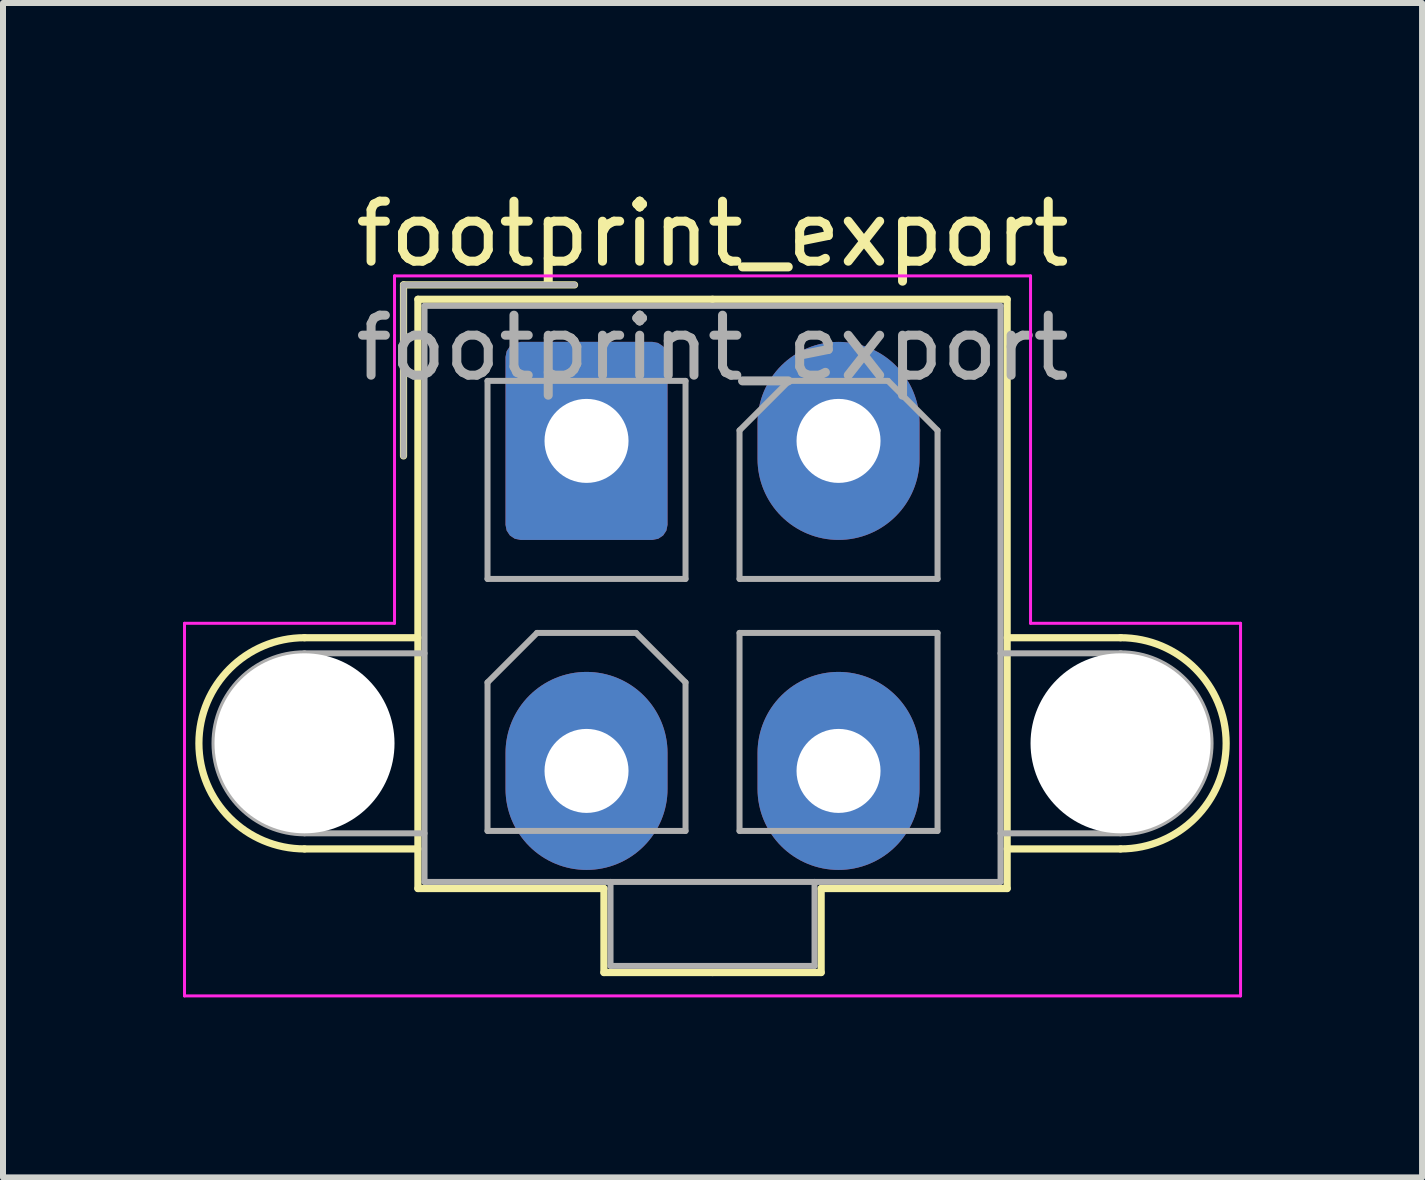
<source format=kicad_pcb>
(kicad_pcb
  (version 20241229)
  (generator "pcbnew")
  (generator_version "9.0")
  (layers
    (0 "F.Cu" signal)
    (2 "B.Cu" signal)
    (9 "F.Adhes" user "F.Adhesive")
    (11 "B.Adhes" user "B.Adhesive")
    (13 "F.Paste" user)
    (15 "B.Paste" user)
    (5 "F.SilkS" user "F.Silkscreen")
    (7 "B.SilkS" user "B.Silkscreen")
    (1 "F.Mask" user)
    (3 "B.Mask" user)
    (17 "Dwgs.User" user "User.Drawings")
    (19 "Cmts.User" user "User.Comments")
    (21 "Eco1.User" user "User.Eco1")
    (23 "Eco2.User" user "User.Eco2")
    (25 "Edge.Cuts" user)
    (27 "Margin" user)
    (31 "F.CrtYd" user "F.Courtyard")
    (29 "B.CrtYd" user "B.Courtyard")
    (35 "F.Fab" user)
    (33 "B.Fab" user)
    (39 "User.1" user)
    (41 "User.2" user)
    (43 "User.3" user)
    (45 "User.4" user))
  (footprint "footprint_export"
    (layer "F.Cu")
    (at 6.725 4.298)
    (property "Reference" "footprint_export" (at 2.1 -3.45 0) (layer "F.SilkS") (effects (font (size 1 1) (thickness 0.15))))
    (attr through_hole)
    (fp_line (start -4.7 3.28) (end -2.81 3.28) (stroke (width 0.12) (type solid)) (layer "F.SilkS"))
    (fp_line (start -4.7 6.8) (end -2.81 6.8) (stroke (width 0.12) (type solid)) (layer "F.SilkS"))
    (fp_line (start -3.05 -2.6) (end -3.05 0.25) (stroke (width 0.12) (type solid)) (layer "F.SilkS"))
    (fp_line (start -2.81 -2.36) (end -2.81 7.46) (stroke (width 0.12) (type solid)) (layer "F.SilkS"))
    (fp_line (start -2.81 7.46) (end 0.29 7.46) (stroke (width 0.12) (type solid)) (layer "F.SilkS"))
    (fp_line (start -0.2 -2.6) (end -3.05 -2.6) (stroke (width 0.12) (type solid)) (layer "F.SilkS"))
    (fp_line (start 0.29 7.46) (end 0.29 8.86) (stroke (width 0.12) (type solid)) (layer "F.SilkS"))
    (fp_line (start 0.29 8.86) (end 2.1 8.86) (stroke (width 0.12) (type solid)) (layer "F.SilkS"))
    (fp_line (start 2.1 -2.36) (end -2.81 -2.36) (stroke (width 0.12) (type solid)) (layer "F.SilkS"))
    (fp_line (start 2.1 -2.36) (end 7.01 -2.36) (stroke (width 0.12) (type solid)) (layer "F.SilkS"))
    (fp_line (start 3.91 7.46) (end 3.91 8.86) (stroke (width 0.12) (type solid)) (layer "F.SilkS"))
    (fp_line (start 3.91 8.86) (end 2.1 8.86) (stroke (width 0.12) (type solid)) (layer "F.SilkS"))
    (fp_line (start 7.01 -2.36) (end 7.01 7.46) (stroke (width 0.12) (type solid)) (layer "F.SilkS"))
    (fp_line (start 7.01 7.46) (end 3.91 7.46) (stroke (width 0.12) (type solid)) (layer "F.SilkS"))
    (fp_line (start 8.9 3.28) (end 7.01 3.28) (stroke (width 0.12) (type solid)) (layer "F.SilkS"))
    (fp_line (start 8.9 6.8) (end 7.01 6.8) (stroke (width 0.12) (type solid)) (layer "F.SilkS"))
    (fp_arc (start -4.7 6.8) (mid -6.46 5.04) (end -4.7 3.28) (stroke (width 0.12) (type solid)) (layer "F.SilkS"))
    (fp_arc (start 8.9 3.28) (mid 10.66 5.04) (end 8.9 6.8) (stroke (width 0.12) (type solid)) (layer "F.SilkS"))
    (fp_line (start -6.7 3.04) (end -6.7 9.25) (stroke (width 0.05) (type solid)) (layer "F.CrtYd"))
    (fp_line (start -6.7 9.25) (end 10.9 9.25) (stroke (width 0.05) (type solid)) (layer "F.CrtYd"))
    (fp_line (start -3.2 -2.75) (end -3.2 3.04) (stroke (width 0.05) (type solid)) (layer "F.CrtYd"))
    (fp_line (start -3.2 3.04) (end -6.7 3.04) (stroke (width 0.05) (type solid)) (layer "F.CrtYd"))
    (fp_line (start 7.4 -2.75) (end -3.2 -2.75) (stroke (width 0.05) (type solid)) (layer "F.CrtYd"))
    (fp_line (start 7.4 3.04) (end 7.4 -2.75) (stroke (width 0.05) (type solid)) (layer "F.CrtYd"))
    (fp_line (start 10.9 3.04) (end 7.4 3.04) (stroke (width 0.05) (type solid)) (layer "F.CrtYd"))
    (fp_line (start 10.9 9.25) (end 10.9 3.04) (stroke (width 0.05) (type solid)) (layer "F.CrtYd"))
    (fp_line (start -4.7 3.54) (end -2.7 3.54) (stroke (width 0.1) (type solid)) (layer "F.Fab"))
    (fp_line (start -4.7 6.54) (end -2.7 6.54) (stroke (width 0.1) (type solid)) (layer "F.Fab"))
    (fp_line (start -3.05 -2.6) (end -3.05 0.25) (stroke (width 0.1) (type solid)) (layer "F.Fab"))
    (fp_line (start -2.7 -2.25) (end -2.7 7.35) (stroke (width 0.1) (type solid)) (layer "F.Fab"))
    (fp_line (start -2.7 7.35) (end 6.9 7.35) (stroke (width 0.1) (type solid)) (layer "F.Fab"))
    (fp_line (start -1.65 -1) (end -1.65 2.3) (stroke (width 0.1) (type solid)) (layer "F.Fab"))
    (fp_line (start -1.65 2.3) (end 1.65 2.3) (stroke (width 0.1) (type solid)) (layer "F.Fab"))
    (fp_line (start -1.65 4.025) (end -0.825 3.2) (stroke (width 0.1) (type solid)) (layer "F.Fab"))
    (fp_line (start -1.65 6.5) (end -1.65 4.025) (stroke (width 0.1) (type solid)) (layer "F.Fab"))
    (fp_line (start -0.825 3.2) (end 0.825 3.2) (stroke (width 0.1) (type solid)) (layer "F.Fab"))
    (fp_line (start -0.2 -2.6) (end -3.05 -2.6) (stroke (width 0.1) (type solid)) (layer "F.Fab"))
    (fp_line (start 0.4 7.35) (end 0.4 8.75) (stroke (width 0.1) (type solid)) (layer "F.Fab"))
    (fp_line (start 0.4 8.75) (end 3.8 8.75) (stroke (width 0.1) (type solid)) (layer "F.Fab"))
    (fp_line (start 0.825 3.2) (end 1.65 4.025) (stroke (width 0.1) (type solid)) (layer "F.Fab"))
    (fp_line (start 1.65 -1) (end -1.65 -1) (stroke (width 0.1) (type solid)) (layer "F.Fab"))
    (fp_line (start 1.65 2.3) (end 1.65 -1) (stroke (width 0.1) (type solid)) (layer "F.Fab"))
    (fp_line (start 1.65 4.025) (end 1.65 6.5) (stroke (width 0.1) (type solid)) (layer "F.Fab"))
    (fp_line (start 1.65 6.5) (end -1.65 6.5) (stroke (width 0.1) (type solid)) (layer "F.Fab"))
    (fp_line (start 2.55 -0.175) (end 3.375 -1) (stroke (width 0.1) (type solid)) (layer "F.Fab"))
    (fp_line (start 2.55 2.3) (end 2.55 -0.175) (stroke (width 0.1) (type solid)) (layer "F.Fab"))
    (fp_line (start 2.55 3.2) (end 2.55 6.5) (stroke (width 0.1) (type solid)) (layer "F.Fab"))
    (fp_line (start 2.55 6.5) (end 5.85 6.5) (stroke (width 0.1) (type solid)) (layer "F.Fab"))
    (fp_line (start 3.375 -1) (end 5.025 -1) (stroke (width 0.1) (type solid)) (layer "F.Fab"))
    (fp_line (start 3.8 8.75) (end 3.8 7.35) (stroke (width 0.1) (type solid)) (layer "F.Fab"))
    (fp_line (start 5.025 -1) (end 5.85 -0.175) (stroke (width 0.1) (type solid)) (layer "F.Fab"))
    (fp_line (start 5.85 -0.175) (end 5.85 2.3) (stroke (width 0.1) (type solid)) (layer "F.Fab"))
    (fp_line (start 5.85 2.3) (end 2.55 2.3) (stroke (width 0.1) (type solid)) (layer "F.Fab"))
    (fp_line (start 5.85 3.2) (end 2.55 3.2) (stroke (width 0.1) (type solid)) (layer "F.Fab"))
    (fp_line (start 5.85 6.5) (end 5.85 3.2) (stroke (width 0.1) (type solid)) (layer "F.Fab"))
    (fp_line (start 6.9 -2.25) (end -2.7 -2.25) (stroke (width 0.1) (type solid)) (layer "F.Fab"))
    (fp_line (start 6.9 7.35) (end 6.9 -2.25) (stroke (width 0.1) (type solid)) (layer "F.Fab"))
    (fp_line (start 8.9 3.54) (end 6.9 3.54) (stroke (width 0.1) (type solid)) (layer "F.Fab"))
    (fp_line (start 8.9 6.54) (end 6.9 6.54) (stroke (width 0.1) (type solid)) (layer "F.Fab"))
    (fp_arc (start -4.7 6.54) (mid -6.2 5.04) (end -4.7 3.54) (stroke (width 0.1) (type solid)) (layer "F.Fab"))
    (fp_arc (start 8.9 3.54) (mid 10.4 5.04) (end 8.9 6.54) (stroke (width 0.1) (type solid)) (layer "F.Fab"))
    (fp_text user "${REFERENCE}" (at 2.1 -1.55 0) (layer "F.Fab") (effects (font (size 1 1) (thickness 0.15))))
    (pad "" np_thru_hole circle (at -4.7 5.04) (size 3 3) (drill 3) (layers "*.Cu" "*.Mask"))
    (pad "" np_thru_hole circle (at 8.9 5.04) (size 3 3) (drill 3) (layers "*.Cu" "*.Mask"))
    (pad "1" thru_hole roundrect (at 0 0) (size 2.7 3.3) (drill 1.4) (layers "*.Cu" "*.Mask") (roundrect_rratio 0.093))
    (pad "2" thru_hole oval (at 4.2 0) (size 2.7 3.3) (drill 1.4) (layers "*.Cu" "*.Mask"))
    (pad "3" thru_hole oval (at 0 5.5) (size 2.7 3.3) (drill 1.4) (layers "*.Cu" "*.Mask"))
    (pad "4" thru_hole oval (at 4.2 5.5) (size 2.7 3.3) (drill 1.4) (layers "*.Cu" "*.Mask")))
  (gr_rect
    (start -3 -3)
    (end 20.65 16.573)
    (stroke (width 0.1) (type default))
    (fill no)
    (layer "Edge.Cuts")))
</source>
